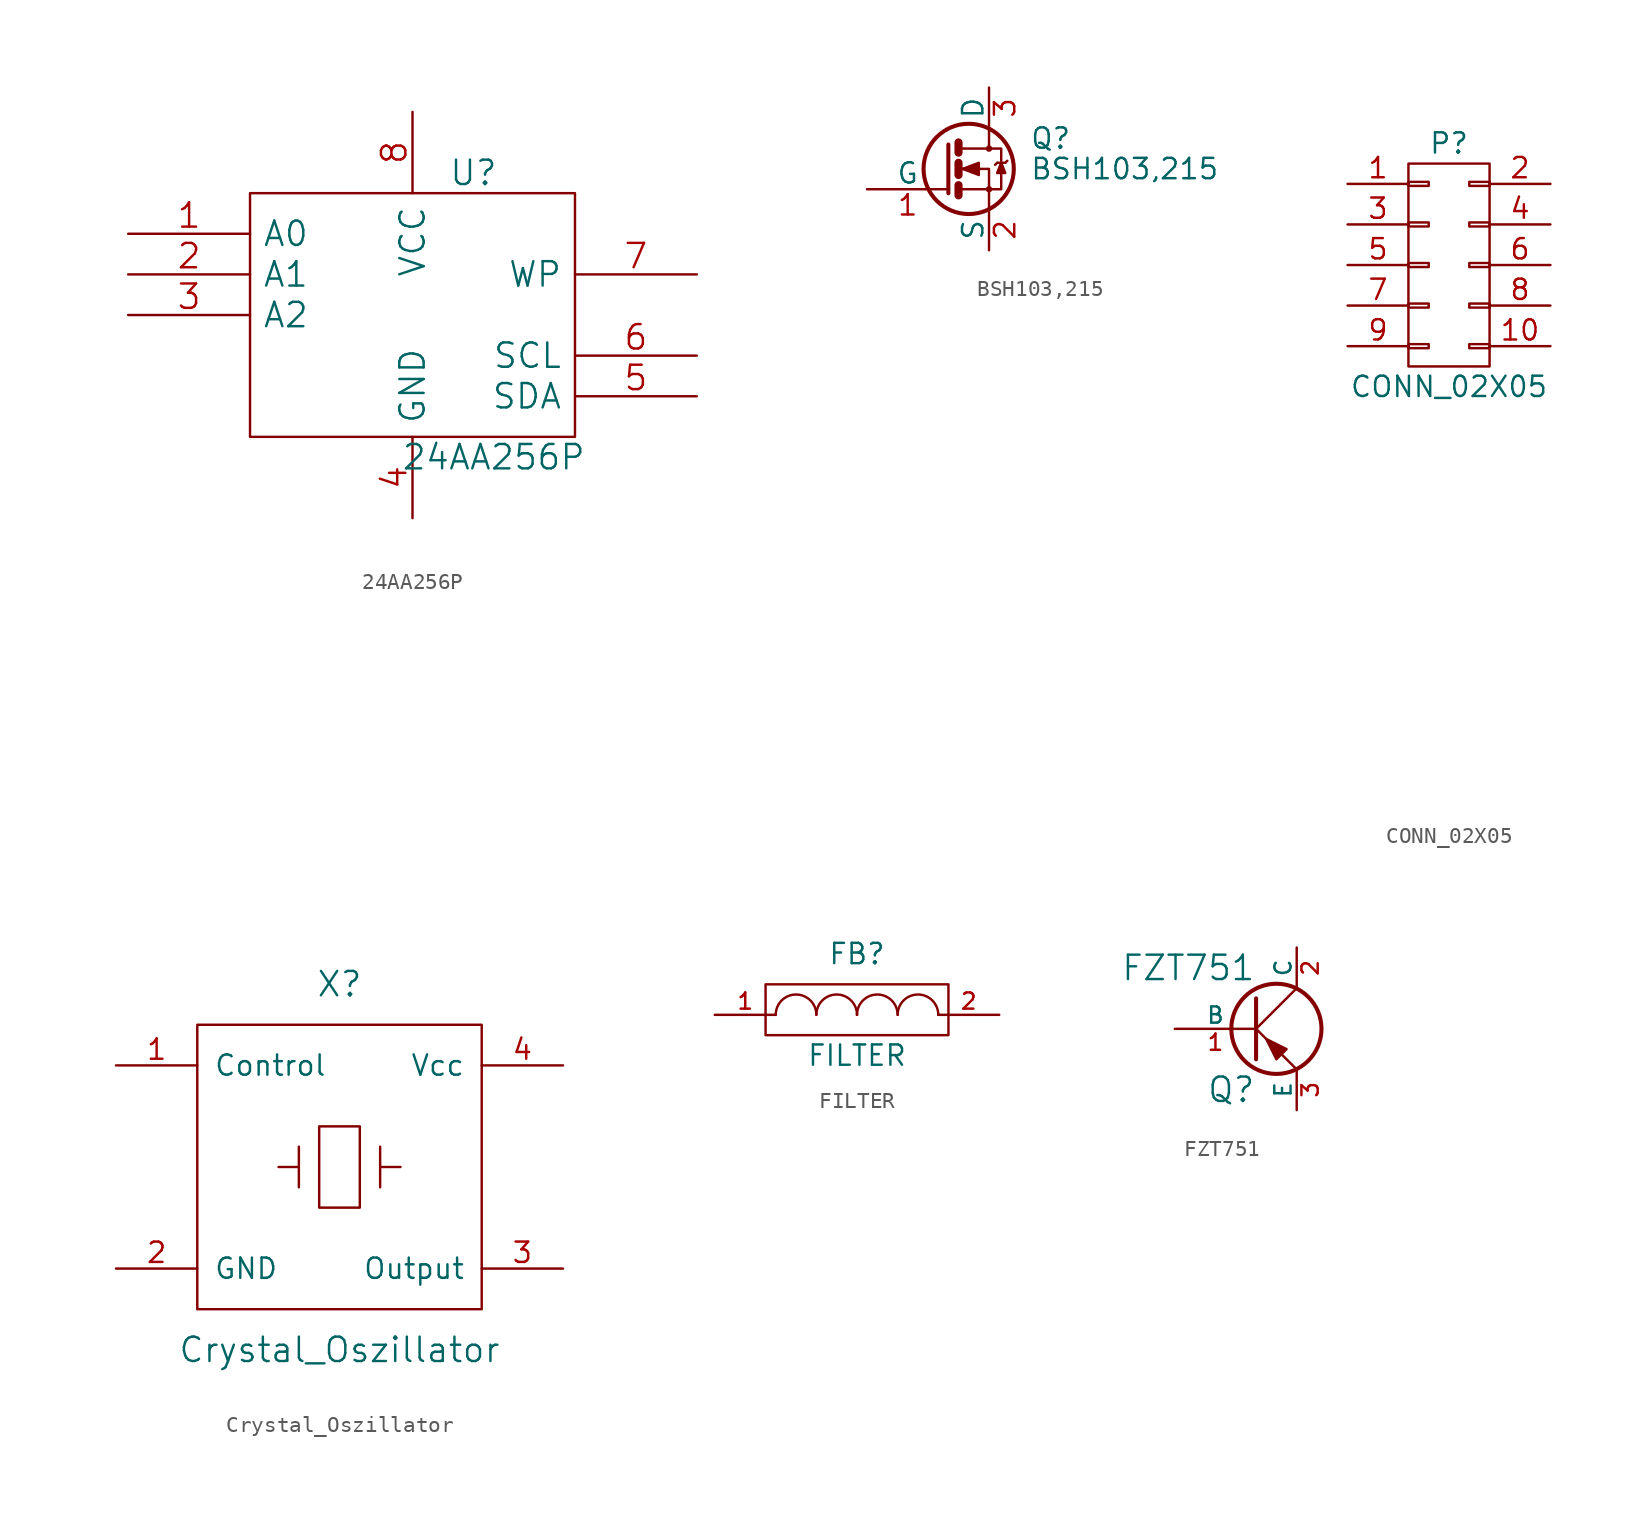
<source format=kicad_sym>
(kicad_symbol_lib
  (version 20211014)
  (generator kicad_symbol_editor)
  (symbol "24AA256P"
    (pin_names
      (offset 0.762))
    (property "Reference" "U"
      (at 3.81 8.89 0)
      (effects (font (size 1.524 1.524))))
    (property "Value" "24AA256P"
      (at 5.08 -8.89 0)
      (effects (font (size 1.524 1.524))))
    (property "Footprint" ""
      (at 0 0 0)
      (effects (font (size 1.524 1.524))))
    (property "Datasheet" ""
      (at 0 0 0)
      (effects (font (size 1.524 1.524))))
    (symbol "24AA256P_0_0"
      (pin power_in line (at 0 -12.7 90) (length 5.08) (name "GND" (effects (font (size 1.524 1.524)))) (number "4" (effects (font (size 1.524 1.524)))))
      (pin power_in line (at 0 12.7 270) (length 5.08) (name "VCC" (effects (font (size 1.524 1.524)))) (number "8" (effects (font (size 1.524 1.524))))))
    (symbol "24AA256P_1_1"
      (rectangle (start -10.16 -7.62) (end 10.16 7.62) (stroke (width 0) (type default) (color 0 0 0 0)) (fill (type none)))
      (pin input line (at -17.78 5.08 0) (length 7.62) (name "A0" (effects (font (size 1.524 1.524)))) (number "1" (effects (font (size 1.524 1.524)))))
      (pin input line (at -17.78 2.54 0) (length 7.62) (name "A1" (effects (font (size 1.524 1.524)))) (number "2" (effects (font (size 1.524 1.524)))))
      (pin input line (at -17.78 0 0) (length 7.62) (name "A2" (effects (font (size 1.524 1.524)))) (number "3" (effects (font (size 1.524 1.524)))))
      (pin bidirectional line (at 17.78 -5.08 180) (length 7.62) (name "SDA" (effects (font (size 1.524 1.524)))) (number "5" (effects (font (size 1.524 1.524)))))
      (pin input line (at 17.78 -2.54 180) (length 7.62) (name "SCL" (effects (font (size 1.524 1.524)))) (number "6" (effects (font (size 1.524 1.524)))))
      (pin input line (at 17.78 2.54 180) (length 7.62) (name "WP" (effects (font (size 1.524 1.524)))) (number "7" (effects (font (size 1.524 1.524)))))))
  (symbol "BSH103,215"
    (pin_names
      (offset 0))
    (property "Reference" "Q"
      (at 5.08 1.905 0)
      (effects (font (size 1.27 1.27)) (justify left)))
    (property "Value" "BSH103,215"
      (at 5.08 0 0)
      (effects (font (size 1.27 1.27)) (justify left)))
    (symbol "BSH103,215_0_1"
      (polyline (pts (xy 0.635 -1.016) (xy 0.635 -1.651)) (stroke (width 0.508) (type default) (color 0 0 0 0)) (fill (type none)))
      (polyline (pts (xy 0.635 0.381) (xy 0.635 -0.381)) (stroke (width 0.508) (type default) (color 0 0 0 0)) (fill (type none)))
      (polyline (pts (xy 0.635 1.651) (xy 0.635 1.016)) (stroke (width 0.508) (type default) (color 0 0 0 0)) (fill (type none)))
      (polyline (pts (xy 3.048 0.381) (xy 2.921 0.254)) (stroke (width 0) (type default) (color 0 0 0 0)) (fill (type none)))
      (polyline (pts (xy 3.048 0.381) (xy 3.556 0.381)) (stroke (width 0) (type default) (color 0 0 0 0)) (fill (type none)))
      (polyline (pts (xy 3.556 0.381) (xy 3.683 0.508)) (stroke (width 0) (type default) (color 0 0 0 0)) (fill (type none)))
      (polyline (pts (xy 0 1.524) (xy 0 -1.524) (xy 0 -1.524)) (stroke (width 0.254) (type default) (color 0 0 0 0)) (fill (type none)))
      (polyline (pts (xy 0.762 -1.27) (xy 2.54 -1.27) (xy 2.54 -2.54) (xy 2.54 -2.54)) (stroke (width 0) (type default) (color 0 0 0 0)) (fill (type none)))
      (polyline (pts (xy 0.762 1.27) (xy 2.54 1.27) (xy 2.54 2.54) (xy 2.54 2.54)) (stroke (width 0) (type default) (color 0 0 0 0)) (fill (type none)))
      (polyline (pts (xy 2.54 1.27) (xy 3.302 1.27) (xy 3.302 -1.27) (xy 2.54 -1.27)) (stroke (width 0) (type default) (color 0 0 0 0)) (fill (type none)))
      (polyline (pts (xy 3.302 0.381) (xy 3.048 -0.254) (xy 3.556 -0.254) (xy 3.302 0.381)) (stroke (width 0) (type default) (color 0 0 0 0)) (fill (type outline)))
      (polyline (pts (xy 0.762 0) (xy 1.27 0) (xy 2.54 0) (xy 2.54 -1.27) (xy 2.54 -1.27)) (stroke (width 0) (type default) (color 0 0 0 0)) (fill (type none)))
      (polyline (pts (xy 0.889 0) (xy 1.905 0.381) (xy 1.905 -0.381) (xy 0.889 0) (xy 1.016 0) (xy 1.016 0)) (stroke (width 0) (type default) (color 0 0 0 0)) (fill (type outline)))
      (circle (center 1.27 0) (radius 2.819) (stroke (width 0.254) (type default) (color 0 0 0 0)) (fill (type none)))
      (circle (center 2.54 -1.27) (radius 0.127) (stroke (width 0) (type default) (color 0 0 0 0)) (fill (type none)))
      (circle (center 2.54 1.27) (radius 0.127) (stroke (width 0) (type default) (color 0 0 0 0)) (fill (type none))))
    (symbol "BSH103,215_1_1"
      (pin passive line (at -5.08 -1.27 0) (length 5.08) (name "G" (effects (font (size 1.27 1.27)))) (number "1" (effects (font (size 1.27 1.27)))))
      (pin passive line (at 2.54 -5.08 90) (length 2.54) (name "S" (effects (font (size 1.27 1.27)))) (number "2" (effects (font (size 1.27 1.27)))))
      (pin passive line (at 2.54 5.08 270) (length 2.54) (name "D" (effects (font (size 1.27 1.27)))) (number "3" (effects (font (size 1.27 1.27)))))))
  (symbol "CONN_02X05"
    (pin_names
      (offset 0.025) hide)
    (property "Reference" "P"
      (at 0 7.62 0)
      (effects (font (size 1.27 1.27))))
    (property "Value" "CONN_02X05"
      (at 0 -7.62 0)
      (effects (font (size 1.27 1.27))))
    (property "Footprint" ""
      (at 0 -30.48 0)
      (effects (font (size 1.524 1.524))))
    (property "Datasheet" ""
      (at 0 -30.48 0)
      (effects (font (size 1.524 1.524))))
    (symbol "CONN_02X05_0_1"
      (rectangle (start -2.54 -4.953) (end -1.27 -5.207) (stroke (width 0) (type default) (color 0 0 0 0)) (fill (type none)))
      (rectangle (start -2.54 -2.413) (end -1.27 -2.667) (stroke (width 0) (type default) (color 0 0 0 0)) (fill (type none)))
      (rectangle (start -2.54 0.127) (end -1.27 -0.127) (stroke (width 0) (type default) (color 0 0 0 0)) (fill (type none)))
      (rectangle (start -2.54 2.667) (end -1.27 2.413) (stroke (width 0) (type default) (color 0 0 0 0)) (fill (type none)))
      (rectangle (start -2.54 5.207) (end -1.27 4.953) (stroke (width 0) (type default) (color 0 0 0 0)) (fill (type none)))
      (rectangle (start -2.54 6.35) (end 2.54 -6.35) (stroke (width 0) (type default) (color 0 0 0 0)) (fill (type none)))
      (rectangle (start 1.27 -4.953) (end 2.54 -5.207) (stroke (width 0) (type default) (color 0 0 0 0)) (fill (type none)))
      (rectangle (start 1.27 -2.413) (end 2.54 -2.667) (stroke (width 0) (type default) (color 0 0 0 0)) (fill (type none)))
      (rectangle (start 1.27 0.127) (end 2.54 -0.127) (stroke (width 0) (type default) (color 0 0 0 0)) (fill (type none)))
      (rectangle (start 1.27 2.667) (end 2.54 2.413) (stroke (width 0) (type default) (color 0 0 0 0)) (fill (type none)))
      (rectangle (start 1.27 5.207) (end 2.54 4.953) (stroke (width 0) (type default) (color 0 0 0 0)) (fill (type none))))
    (symbol "CONN_02X05_1_1"
      (pin passive line (at -6.35 5.08 0) (length 3.81) (name "P1" (effects (font (size 1.27 1.27)))) (number "1" (effects (font (size 1.27 1.27)))))
      (pin passive line (at 6.35 -5.08 180) (length 3.81) (name "P10" (effects (font (size 1.27 1.27)))) (number "10" (effects (font (size 1.27 1.27)))))
      (pin passive line (at 6.35 5.08 180) (length 3.81) (name "P2" (effects (font (size 1.27 1.27)))) (number "2" (effects (font (size 1.27 1.27)))))
      (pin passive line (at -6.35 2.54 0) (length 3.81) (name "P3" (effects (font (size 1.27 1.27)))) (number "3" (effects (font (size 1.27 1.27)))))
      (pin passive line (at 6.35 2.54 180) (length 3.81) (name "P4" (effects (font (size 1.27 1.27)))) (number "4" (effects (font (size 1.27 1.27)))))
      (pin passive line (at -6.35 0 0) (length 3.81) (name "P5" (effects (font (size 1.27 1.27)))) (number "5" (effects (font (size 1.27 1.27)))))
      (pin passive line (at 6.35 0 180) (length 3.81) (name "P6" (effects (font (size 1.27 1.27)))) (number "6" (effects (font (size 1.27 1.27)))))
      (pin passive line (at -6.35 -2.54 0) (length 3.81) (name "P7" (effects (font (size 1.27 1.27)))) (number "7" (effects (font (size 1.27 1.27)))))
      (pin passive line (at 6.35 -2.54 180) (length 3.81) (name "P8" (effects (font (size 1.27 1.27)))) (number "8" (effects (font (size 1.27 1.27)))))
      (pin passive line (at -6.35 -5.08 0) (length 3.81) (name "P9" (effects (font (size 1.27 1.27)))) (number "9" (effects (font (size 1.27 1.27)))))))
  (symbol "Crystal_Oszillator"
    (pin_names
      (offset 1.016))
    (property "Reference" "X"
      (at 0 11.43 0)
      (effects (font (size 1.524 1.524))))
    (property "Value" "Crystal_Oszillator"
      (at 0 -11.43 0)
      (effects (font (size 1.524 1.524))))
    (property "Footprint" ""
      (at -2.54 -2.54 0)
      (effects (font (size 1.524 1.524))))
    (property "Datasheet" ""
      (at -2.54 -2.54 0)
      (effects (font (size 1.524 1.524))))
    (symbol "Crystal_Oszillator_0_1"
      (rectangle (start -8.89 8.89) (end 8.89 -8.89) (stroke (width 0) (type default) (color 0 0 0 0)) (fill (type none)))
      (rectangle (start -2.54 0) (end -3.81 0) (stroke (width 0) (type default) (color 0 0 0 0)) (fill (type none)))
      (rectangle (start -2.54 1.27) (end -2.54 -1.27) (stroke (width 0) (type default) (color 0 0 0 0)) (fill (type none)))
      (rectangle (start -1.27 2.54) (end 1.27 -2.54) (stroke (width 0) (type default) (color 0 0 0 0)) (fill (type none)))
      (rectangle (start 2.54 0) (end 3.81 0) (stroke (width 0) (type default) (color 0 0 0 0)) (fill (type none)))
      (rectangle (start 2.54 1.27) (end 2.54 -1.27) (stroke (width 0) (type default) (color 0 0 0 0)) (fill (type none))))
    (symbol "Crystal_Oszillator_1_1"
      (pin input line (at -13.97 6.35 0) (length 5.08) (name "Control" (effects (font (size 1.27 1.27)))) (number "1" (effects (font (size 1.27 1.27)))))
      (pin input line (at -13.97 -6.35 0) (length 5.08) (name "GND" (effects (font (size 1.27 1.27)))) (number "2" (effects (font (size 1.27 1.27)))))
      (pin output line (at 13.97 -6.35 180) (length 5.08) (name "Output" (effects (font (size 1.27 1.27)))) (number "3" (effects (font (size 1.27 1.27)))))
      (pin input line (at 13.97 6.35 180) (length 5.08) (name "Vcc" (effects (font (size 1.27 1.27)))) (number "4" (effects (font (size 1.27 1.27)))))))
  (symbol "FILTER"
    (pin_names
      (offset 1.016) hide)
    (property "Reference" "FB"
      (at 0 3.81 0)
      (effects (font (size 1.27 1.27))))
    (property "Value" "FILTER"
      (at 0 -2.54 0)
      (effects (font (size 1.27 1.27))))
    (property "Footprint" ""
      (at 0 0 0)
      (effects (font (size 1.27 1.27))))
    (property "Datasheet" ""
      (at 0 0 0)
      (effects (font (size 1.27 1.27))))
    (symbol "FILTER_0_1"
      (rectangle (start -5.715 1.905) (end 5.715 -1.27) (stroke (width 0) (type default) (color 0 0 0 0)) (fill (type none)))
      (arc (start -2.54 0) (mid -3.81 1.27) (end -5.08 0) (stroke (width 0) (type default) (color 0 0 0 0)) (fill (type none)))
      (arc (start 0 0) (mid -1.27 1.27) (end -2.54 0) (stroke (width 0) (type default) (color 0 0 0 0)) (fill (type none)))
      (arc (start 0 0) (mid 0 0) (end 0 0) (stroke (width 0) (type default) (color 0 0 0 0)) (fill (type none)))
      (arc (start 2.54 0) (mid 1.27 1.27) (end 0 0) (stroke (width 0) (type default) (color 0 0 0 0)) (fill (type none)))
      (arc (start 5.08 0) (mid 3.81 1.27) (end 2.54 0) (stroke (width 0) (type default) (color 0 0 0 0)) (fill (type none))))
    (symbol "FILTER_1_1"
      (pin passive line (at -8.89 0 0) (length 3.81) (name "1" (effects (font (size 1.016 1.016)))) (number "1" (effects (font (size 1.016 1.016)))))
      (pin passive line (at 8.89 0 180) (length 3.81) (name "2" (effects (font (size 1.016 1.016)))) (number "2" (effects (font (size 1.016 1.016)))))))
  (symbol "FZT751"
    (pin_names
      (offset 0))
    (property "Reference" "Q"
      (at 0 -3.81 0)
      (effects (font (size 1.524 1.524)) (justify right)))
    (property "Value" "FZT751"
      (at 0 3.81 0)
      (effects (font (size 1.524 1.524)) (justify right)))
    (property "Footprint" ""
      (at 0 0 0)
      (effects (font (size 1.524 1.524))))
    (property "Datasheet" ""
      (at 0 0 0)
      (effects (font (size 1.524 1.524))))
    (symbol "FZT751_0_1"
      (polyline (pts (xy 0 0) (xy 2.54 2.54)) (stroke (width 0) (type default) (color 0 0 0 0)) (fill (type none)))
      (polyline (pts (xy 0 1.905) (xy 0 -1.905) (xy 0 -1.905)) (stroke (width 0.254) (type default) (color 0 0 0 0)) (fill (type outline)))
      (polyline (pts (xy 0.635 -0.635) (xy 0 0) (xy 0 0)) (stroke (width 0) (type default) (color 0 0 0 0)) (fill (type none)))
      (polyline (pts (xy 2.54 -2.54) (xy 1.651 -1.651) (xy 1.651 -1.651)) (stroke (width 0) (type default) (color 0 0 0 0)) (fill (type none)))
      (polyline (pts (xy 0.635 -0.635) (xy 1.27 -1.905) (xy 1.905 -1.27) (xy 0.635 -0.635) (xy 0.635 -0.635)) (stroke (width 0) (type default) (color 0 0 0 0)) (fill (type outline)))
      (circle (center 1.27 0) (radius 2.819) (stroke (width 0.254) (type default) (color 0 0 0 0)) (fill (type none))))
    (symbol "FZT751_1_1"
      (pin input line (at -5.08 0 0) (length 5.08) (name "B" (effects (font (size 1.016 1.016)))) (number "1" (effects (font (size 1.016 1.016)))))
      (pin passive line (at 2.54 5.08 270) (length 2.54) (name "C" (effects (font (size 1.016 1.016)))) (number "2" (effects (font (size 1.016 1.016)))))
      (pin passive line (at 2.54 -5.08 90) (length 2.54) (name "E" (effects (font (size 1.016 1.016)))) (number "3" (effects (font (size 1.016 1.016))))))))
</source>
